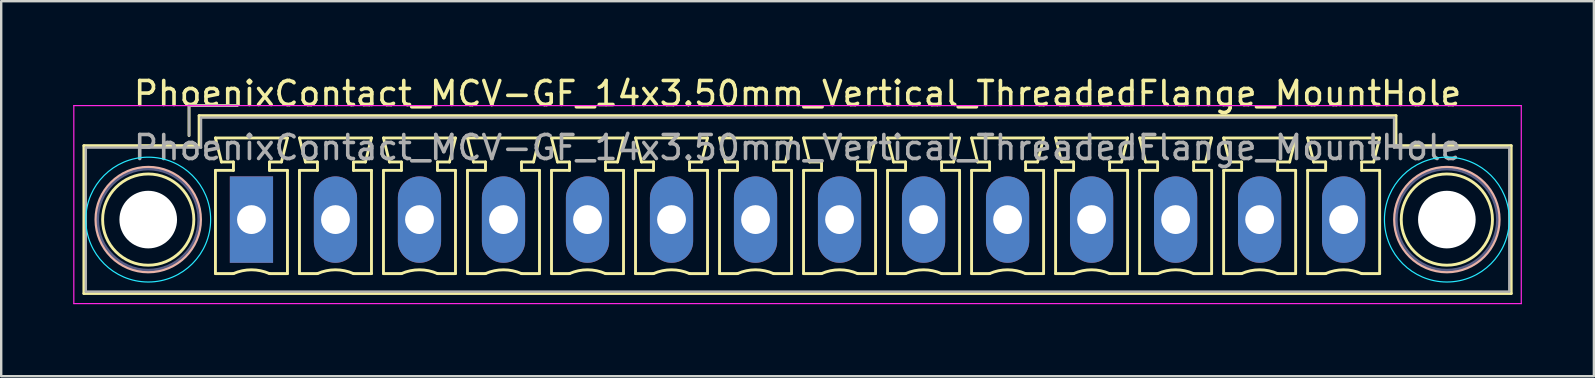
<source format=kicad_pcb>
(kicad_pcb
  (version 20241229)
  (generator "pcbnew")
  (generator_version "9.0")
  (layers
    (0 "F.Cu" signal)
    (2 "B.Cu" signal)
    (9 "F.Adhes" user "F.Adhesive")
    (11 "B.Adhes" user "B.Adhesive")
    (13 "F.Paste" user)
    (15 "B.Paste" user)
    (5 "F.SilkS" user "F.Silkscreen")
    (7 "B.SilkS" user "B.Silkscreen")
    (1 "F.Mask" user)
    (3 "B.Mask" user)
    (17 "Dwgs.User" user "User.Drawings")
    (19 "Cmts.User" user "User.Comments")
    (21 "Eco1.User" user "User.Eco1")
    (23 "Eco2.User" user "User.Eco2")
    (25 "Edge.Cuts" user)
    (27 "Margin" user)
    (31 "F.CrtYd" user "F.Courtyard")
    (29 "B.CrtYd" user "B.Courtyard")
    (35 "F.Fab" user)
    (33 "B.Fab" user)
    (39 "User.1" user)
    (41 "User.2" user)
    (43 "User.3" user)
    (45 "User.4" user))
  (footprint "PhoenixContact_MCV-GF_14x3.50mm_Vertical_ThreadedFlange_MountHole"
    (layer "F.Cu")
    (at 7.425 6.098)
    (property "Reference" "PhoenixContact_MCV-GF_14x3.50mm_Vertical_ThreadedFlange_MountHole" (at 22.75 -5.25 0) (layer "F.SilkS") (effects (font (size 1 1) (thickness 0.15))))
    (attr through_hole)
    (fp_line (start -6.98 -3.08) (end -6.98 3.08) (stroke (width 0.12) (type solid)) (layer "F.SilkS"))
    (fp_line (start -6.98 3.08) (end 52.48 3.08) (stroke (width 0.12) (type solid)) (layer "F.SilkS"))
    (fp_line (start -2.6 -4.75) (end -0.6 -4.75) (stroke (width 0.12) (type solid)) (layer "F.SilkS"))
    (fp_line (start -2.6 -3.5) (end -2.6 -4.75) (stroke (width 0.12) (type solid)) (layer "F.SilkS"))
    (fp_line (start -2.18 -4.33) (end -2.18 -3.08) (stroke (width 0.12) (type solid)) (layer "F.SilkS"))
    (fp_line (start -2.18 -3.08) (end -6.98 -3.08) (stroke (width 0.12) (type solid)) (layer "F.SilkS"))
    (fp_line (start -1.5 -3.4) (end 1.5 -3.4) (stroke (width 0.12) (type solid)) (layer "F.SilkS"))
    (fp_line (start -1.5 -2.05) (end -0.75 -2.05) (stroke (width 0.12) (type solid)) (layer "F.SilkS"))
    (fp_line (start -1.5 2.25) (end -1.5 -2.05) (stroke (width 0.12) (type solid)) (layer "F.SilkS"))
    (fp_line (start -1.25 -2.4) (end -1.5 -3.4) (stroke (width 0.12) (type solid)) (layer "F.SilkS"))
    (fp_line (start -0.75 -2.4) (end -1.25 -2.4) (stroke (width 0.12) (type solid)) (layer "F.SilkS"))
    (fp_line (start -0.75 -2.05) (end -0.75 -2.4) (stroke (width 0.12) (type solid)) (layer "F.SilkS"))
    (fp_line (start -0.75 2.25) (end -1.5 2.25) (stroke (width 0.12) (type solid)) (layer "F.SilkS"))
    (fp_line (start 0.75 -2.4) (end 0.75 -2.05) (stroke (width 0.12) (type solid)) (layer "F.SilkS"))
    (fp_line (start 0.75 -2.05) (end 1.5 -2.05) (stroke (width 0.12) (type solid)) (layer "F.SilkS"))
    (fp_line (start 1.25 -2.4) (end 0.75 -2.4) (stroke (width 0.12) (type solid)) (layer "F.SilkS"))
    (fp_line (start 1.5 -3.4) (end 1.25 -2.4) (stroke (width 0.12) (type solid)) (layer "F.SilkS"))
    (fp_line (start 1.5 -2.05) (end 1.5 2.25) (stroke (width 0.12) (type solid)) (layer "F.SilkS"))
    (fp_line (start 1.5 2.25) (end 0.75 2.25) (stroke (width 0.12) (type solid)) (layer "F.SilkS"))
    (fp_line (start 2 -3.4) (end 5 -3.4) (stroke (width 0.12) (type solid)) (layer "F.SilkS"))
    (fp_line (start 2 -2.05) (end 2.75 -2.05) (stroke (width 0.12) (type solid)) (layer "F.SilkS"))
    (fp_line (start 2 2.25) (end 2 -2.05) (stroke (width 0.12) (type solid)) (layer "F.SilkS"))
    (fp_line (start 2.25 -2.4) (end 2 -3.4) (stroke (width 0.12) (type solid)) (layer "F.SilkS"))
    (fp_line (start 2.75 -2.4) (end 2.25 -2.4) (stroke (width 0.12) (type solid)) (layer "F.SilkS"))
    (fp_line (start 2.75 -2.05) (end 2.75 -2.4) (stroke (width 0.12) (type solid)) (layer "F.SilkS"))
    (fp_line (start 2.75 2.25) (end 2 2.25) (stroke (width 0.12) (type solid)) (layer "F.SilkS"))
    (fp_line (start 4.25 -2.4) (end 4.25 -2.05) (stroke (width 0.12) (type solid)) (layer "F.SilkS"))
    (fp_line (start 4.25 -2.05) (end 5 -2.05) (stroke (width 0.12) (type solid)) (layer "F.SilkS"))
    (fp_line (start 4.75 -2.4) (end 4.25 -2.4) (stroke (width 0.12) (type solid)) (layer "F.SilkS"))
    (fp_line (start 5 -3.4) (end 4.75 -2.4) (stroke (width 0.12) (type solid)) (layer "F.SilkS"))
    (fp_line (start 5 -2.05) (end 5 2.25) (stroke (width 0.12) (type solid)) (layer "F.SilkS"))
    (fp_line (start 5 2.25) (end 4.25 2.25) (stroke (width 0.12) (type solid)) (layer "F.SilkS"))
    (fp_line (start 5.5 -3.4) (end 8.5 -3.4) (stroke (width 0.12) (type solid)) (layer "F.SilkS"))
    (fp_line (start 5.5 -2.05) (end 6.25 -2.05) (stroke (width 0.12) (type solid)) (layer "F.SilkS"))
    (fp_line (start 5.5 2.25) (end 5.5 -2.05) (stroke (width 0.12) (type solid)) (layer "F.SilkS"))
    (fp_line (start 5.75 -2.4) (end 5.5 -3.4) (stroke (width 0.12) (type solid)) (layer "F.SilkS"))
    (fp_line (start 6.25 -2.4) (end 5.75 -2.4) (stroke (width 0.12) (type solid)) (layer "F.SilkS"))
    (fp_line (start 6.25 -2.05) (end 6.25 -2.4) (stroke (width 0.12) (type solid)) (layer "F.SilkS"))
    (fp_line (start 6.25 2.25) (end 5.5 2.25) (stroke (width 0.12) (type solid)) (layer "F.SilkS"))
    (fp_line (start 7.75 -2.4) (end 7.75 -2.05) (stroke (width 0.12) (type solid)) (layer "F.SilkS"))
    (fp_line (start 7.75 -2.05) (end 8.5 -2.05) (stroke (width 0.12) (type solid)) (layer "F.SilkS"))
    (fp_line (start 8.25 -2.4) (end 7.75 -2.4) (stroke (width 0.12) (type solid)) (layer "F.SilkS"))
    (fp_line (start 8.5 -3.4) (end 8.25 -2.4) (stroke (width 0.12) (type solid)) (layer "F.SilkS"))
    (fp_line (start 8.5 -2.05) (end 8.5 2.25) (stroke (width 0.12) (type solid)) (layer "F.SilkS"))
    (fp_line (start 8.5 2.25) (end 7.75 2.25) (stroke (width 0.12) (type solid)) (layer "F.SilkS"))
    (fp_line (start 9 -3.4) (end 12 -3.4) (stroke (width 0.12) (type solid)) (layer "F.SilkS"))
    (fp_line (start 9 -2.05) (end 9.75 -2.05) (stroke (width 0.12) (type solid)) (layer "F.SilkS"))
    (fp_line (start 9 2.25) (end 9 -2.05) (stroke (width 0.12) (type solid)) (layer "F.SilkS"))
    (fp_line (start 9.25 -2.4) (end 9 -3.4) (stroke (width 0.12) (type solid)) (layer "F.SilkS"))
    (fp_line (start 9.75 -2.4) (end 9.25 -2.4) (stroke (width 0.12) (type solid)) (layer "F.SilkS"))
    (fp_line (start 9.75 -2.05) (end 9.75 -2.4) (stroke (width 0.12) (type solid)) (layer "F.SilkS"))
    (fp_line (start 9.75 2.25) (end 9 2.25) (stroke (width 0.12) (type solid)) (layer "F.SilkS"))
    (fp_line (start 11.25 -2.4) (end 11.25 -2.05) (stroke (width 0.12) (type solid)) (layer "F.SilkS"))
    (fp_line (start 11.25 -2.05) (end 12 -2.05) (stroke (width 0.12) (type solid)) (layer "F.SilkS"))
    (fp_line (start 11.75 -2.4) (end 11.25 -2.4) (stroke (width 0.12) (type solid)) (layer "F.SilkS"))
    (fp_line (start 12 -3.4) (end 11.75 -2.4) (stroke (width 0.12) (type solid)) (layer "F.SilkS"))
    (fp_line (start 12 -2.05) (end 12 2.25) (stroke (width 0.12) (type solid)) (layer "F.SilkS"))
    (fp_line (start 12 2.25) (end 11.25 2.25) (stroke (width 0.12) (type solid)) (layer "F.SilkS"))
    (fp_line (start 12.5 -3.4) (end 15.5 -3.4) (stroke (width 0.12) (type solid)) (layer "F.SilkS"))
    (fp_line (start 12.5 -2.05) (end 13.25 -2.05) (stroke (width 0.12) (type solid)) (layer "F.SilkS"))
    (fp_line (start 12.5 2.25) (end 12.5 -2.05) (stroke (width 0.12) (type solid)) (layer "F.SilkS"))
    (fp_line (start 12.75 -2.4) (end 12.5 -3.4) (stroke (width 0.12) (type solid)) (layer "F.SilkS"))
    (fp_line (start 13.25 -2.4) (end 12.75 -2.4) (stroke (width 0.12) (type solid)) (layer "F.SilkS"))
    (fp_line (start 13.25 -2.05) (end 13.25 -2.4) (stroke (width 0.12) (type solid)) (layer "F.SilkS"))
    (fp_line (start 13.25 2.25) (end 12.5 2.25) (stroke (width 0.12) (type solid)) (layer "F.SilkS"))
    (fp_line (start 14.75 -2.4) (end 14.75 -2.05) (stroke (width 0.12) (type solid)) (layer "F.SilkS"))
    (fp_line (start 14.75 -2.05) (end 15.5 -2.05) (stroke (width 0.12) (type solid)) (layer "F.SilkS"))
    (fp_line (start 15.25 -2.4) (end 14.75 -2.4) (stroke (width 0.12) (type solid)) (layer "F.SilkS"))
    (fp_line (start 15.5 -3.4) (end 15.25 -2.4) (stroke (width 0.12) (type solid)) (layer "F.SilkS"))
    (fp_line (start 15.5 -2.05) (end 15.5 2.25) (stroke (width 0.12) (type solid)) (layer "F.SilkS"))
    (fp_line (start 15.5 2.25) (end 14.75 2.25) (stroke (width 0.12) (type solid)) (layer "F.SilkS"))
    (fp_line (start 16 -3.4) (end 19 -3.4) (stroke (width 0.12) (type solid)) (layer "F.SilkS"))
    (fp_line (start 16 -2.05) (end 16.75 -2.05) (stroke (width 0.12) (type solid)) (layer "F.SilkS"))
    (fp_line (start 16 2.25) (end 16 -2.05) (stroke (width 0.12) (type solid)) (layer "F.SilkS"))
    (fp_line (start 16.25 -2.4) (end 16 -3.4) (stroke (width 0.12) (type solid)) (layer "F.SilkS"))
    (fp_line (start 16.75 -2.4) (end 16.25 -2.4) (stroke (width 0.12) (type solid)) (layer "F.SilkS"))
    (fp_line (start 16.75 -2.05) (end 16.75 -2.4) (stroke (width 0.12) (type solid)) (layer "F.SilkS"))
    (fp_line (start 16.75 2.25) (end 16 2.25) (stroke (width 0.12) (type solid)) (layer "F.SilkS"))
    (fp_line (start 18.25 -2.4) (end 18.25 -2.05) (stroke (width 0.12) (type solid)) (layer "F.SilkS"))
    (fp_line (start 18.25 -2.05) (end 19 -2.05) (stroke (width 0.12) (type solid)) (layer "F.SilkS"))
    (fp_line (start 18.75 -2.4) (end 18.25 -2.4) (stroke (width 0.12) (type solid)) (layer "F.SilkS"))
    (fp_line (start 19 -3.4) (end 18.75 -2.4) (stroke (width 0.12) (type solid)) (layer "F.SilkS"))
    (fp_line (start 19 -2.05) (end 19 2.25) (stroke (width 0.12) (type solid)) (layer "F.SilkS"))
    (fp_line (start 19 2.25) (end 18.25 2.25) (stroke (width 0.12) (type solid)) (layer "F.SilkS"))
    (fp_line (start 19.5 -3.4) (end 22.5 -3.4) (stroke (width 0.12) (type solid)) (layer "F.SilkS"))
    (fp_line (start 19.5 -2.05) (end 20.25 -2.05) (stroke (width 0.12) (type solid)) (layer "F.SilkS"))
    (fp_line (start 19.5 2.25) (end 19.5 -2.05) (stroke (width 0.12) (type solid)) (layer "F.SilkS"))
    (fp_line (start 19.75 -2.4) (end 19.5 -3.4) (stroke (width 0.12) (type solid)) (layer "F.SilkS"))
    (fp_line (start 20.25 -2.4) (end 19.75 -2.4) (stroke (width 0.12) (type solid)) (layer "F.SilkS"))
    (fp_line (start 20.25 -2.05) (end 20.25 -2.4) (stroke (width 0.12) (type solid)) (layer "F.SilkS"))
    (fp_line (start 20.25 2.25) (end 19.5 2.25) (stroke (width 0.12) (type solid)) (layer "F.SilkS"))
    (fp_line (start 21.75 -2.4) (end 21.75 -2.05) (stroke (width 0.12) (type solid)) (layer "F.SilkS"))
    (fp_line (start 21.75 -2.05) (end 22.5 -2.05) (stroke (width 0.12) (type solid)) (layer "F.SilkS"))
    (fp_line (start 22.25 -2.4) (end 21.75 -2.4) (stroke (width 0.12) (type solid)) (layer "F.SilkS"))
    (fp_line (start 22.5 -3.4) (end 22.25 -2.4) (stroke (width 0.12) (type solid)) (layer "F.SilkS"))
    (fp_line (start 22.5 -2.05) (end 22.5 2.25) (stroke (width 0.12) (type solid)) (layer "F.SilkS"))
    (fp_line (start 22.5 2.25) (end 21.75 2.25) (stroke (width 0.12) (type solid)) (layer "F.SilkS"))
    (fp_line (start 23 -3.4) (end 26 -3.4) (stroke (width 0.12) (type solid)) (layer "F.SilkS"))
    (fp_line (start 23 -2.05) (end 23.75 -2.05) (stroke (width 0.12) (type solid)) (layer "F.SilkS"))
    (fp_line (start 23 2.25) (end 23 -2.05) (stroke (width 0.12) (type solid)) (layer "F.SilkS"))
    (fp_line (start 23.25 -2.4) (end 23 -3.4) (stroke (width 0.12) (type solid)) (layer "F.SilkS"))
    (fp_line (start 23.75 -2.4) (end 23.25 -2.4) (stroke (width 0.12) (type solid)) (layer "F.SilkS"))
    (fp_line (start 23.75 -2.05) (end 23.75 -2.4) (stroke (width 0.12) (type solid)) (layer "F.SilkS"))
    (fp_line (start 23.75 2.25) (end 23 2.25) (stroke (width 0.12) (type solid)) (layer "F.SilkS"))
    (fp_line (start 25.25 -2.4) (end 25.25 -2.05) (stroke (width 0.12) (type solid)) (layer "F.SilkS"))
    (fp_line (start 25.25 -2.05) (end 26 -2.05) (stroke (width 0.12) (type solid)) (layer "F.SilkS"))
    (fp_line (start 25.75 -2.4) (end 25.25 -2.4) (stroke (width 0.12) (type solid)) (layer "F.SilkS"))
    (fp_line (start 26 -3.4) (end 25.75 -2.4) (stroke (width 0.12) (type solid)) (layer "F.SilkS"))
    (fp_line (start 26 -2.05) (end 26 2.25) (stroke (width 0.12) (type solid)) (layer "F.SilkS"))
    (fp_line (start 26 2.25) (end 25.25 2.25) (stroke (width 0.12) (type solid)) (layer "F.SilkS"))
    (fp_line (start 26.5 -3.4) (end 29.5 -3.4) (stroke (width 0.12) (type solid)) (layer "F.SilkS"))
    (fp_line (start 26.5 -2.05) (end 27.25 -2.05) (stroke (width 0.12) (type solid)) (layer "F.SilkS"))
    (fp_line (start 26.5 2.25) (end 26.5 -2.05) (stroke (width 0.12) (type solid)) (layer "F.SilkS"))
    (fp_line (start 26.75 -2.4) (end 26.5 -3.4) (stroke (width 0.12) (type solid)) (layer "F.SilkS"))
    (fp_line (start 27.25 -2.4) (end 26.75 -2.4) (stroke (width 0.12) (type solid)) (layer "F.SilkS"))
    (fp_line (start 27.25 -2.05) (end 27.25 -2.4) (stroke (width 0.12) (type solid)) (layer "F.SilkS"))
    (fp_line (start 27.25 2.25) (end 26.5 2.25) (stroke (width 0.12) (type solid)) (layer "F.SilkS"))
    (fp_line (start 28.75 -2.4) (end 28.75 -2.05) (stroke (width 0.12) (type solid)) (layer "F.SilkS"))
    (fp_line (start 28.75 -2.05) (end 29.5 -2.05) (stroke (width 0.12) (type solid)) (layer "F.SilkS"))
    (fp_line (start 29.25 -2.4) (end 28.75 -2.4) (stroke (width 0.12) (type solid)) (layer "F.SilkS"))
    (fp_line (start 29.5 -3.4) (end 29.25 -2.4) (stroke (width 0.12) (type solid)) (layer "F.SilkS"))
    (fp_line (start 29.5 -2.05) (end 29.5 2.25) (stroke (width 0.12) (type solid)) (layer "F.SilkS"))
    (fp_line (start 29.5 2.25) (end 28.75 2.25) (stroke (width 0.12) (type solid)) (layer "F.SilkS"))
    (fp_line (start 30 -3.4) (end 33 -3.4) (stroke (width 0.12) (type solid)) (layer "F.SilkS"))
    (fp_line (start 30 -2.05) (end 30.75 -2.05) (stroke (width 0.12) (type solid)) (layer "F.SilkS"))
    (fp_line (start 30 2.25) (end 30 -2.05) (stroke (width 0.12) (type solid)) (layer "F.SilkS"))
    (fp_line (start 30.25 -2.4) (end 30 -3.4) (stroke (width 0.12) (type solid)) (layer "F.SilkS"))
    (fp_line (start 30.75 -2.4) (end 30.25 -2.4) (stroke (width 0.12) (type solid)) (layer "F.SilkS"))
    (fp_line (start 30.75 -2.05) (end 30.75 -2.4) (stroke (width 0.12) (type solid)) (layer "F.SilkS"))
    (fp_line (start 30.75 2.25) (end 30 2.25) (stroke (width 0.12) (type solid)) (layer "F.SilkS"))
    (fp_line (start 32.25 -2.4) (end 32.25 -2.05) (stroke (width 0.12) (type solid)) (layer "F.SilkS"))
    (fp_line (start 32.25 -2.05) (end 33 -2.05) (stroke (width 0.12) (type solid)) (layer "F.SilkS"))
    (fp_line (start 32.75 -2.4) (end 32.25 -2.4) (stroke (width 0.12) (type solid)) (layer "F.SilkS"))
    (fp_line (start 33 -3.4) (end 32.75 -2.4) (stroke (width 0.12) (type solid)) (layer "F.SilkS"))
    (fp_line (start 33 -2.05) (end 33 2.25) (stroke (width 0.12) (type solid)) (layer "F.SilkS"))
    (fp_line (start 33 2.25) (end 32.25 2.25) (stroke (width 0.12) (type solid)) (layer "F.SilkS"))
    (fp_line (start 33.5 -3.4) (end 36.5 -3.4) (stroke (width 0.12) (type solid)) (layer "F.SilkS"))
    (fp_line (start 33.5 -2.05) (end 34.25 -2.05) (stroke (width 0.12) (type solid)) (layer "F.SilkS"))
    (fp_line (start 33.5 2.25) (end 33.5 -2.05) (stroke (width 0.12) (type solid)) (layer "F.SilkS"))
    (fp_line (start 33.75 -2.4) (end 33.5 -3.4) (stroke (width 0.12) (type solid)) (layer "F.SilkS"))
    (fp_line (start 34.25 -2.4) (end 33.75 -2.4) (stroke (width 0.12) (type solid)) (layer "F.SilkS"))
    (fp_line (start 34.25 -2.05) (end 34.25 -2.4) (stroke (width 0.12) (type solid)) (layer "F.SilkS"))
    (fp_line (start 34.25 2.25) (end 33.5 2.25) (stroke (width 0.12) (type solid)) (layer "F.SilkS"))
    (fp_line (start 35.75 -2.4) (end 35.75 -2.05) (stroke (width 0.12) (type solid)) (layer "F.SilkS"))
    (fp_line (start 35.75 -2.05) (end 36.5 -2.05) (stroke (width 0.12) (type solid)) (layer "F.SilkS"))
    (fp_line (start 36.25 -2.4) (end 35.75 -2.4) (stroke (width 0.12) (type solid)) (layer "F.SilkS"))
    (fp_line (start 36.5 -3.4) (end 36.25 -2.4) (stroke (width 0.12) (type solid)) (layer "F.SilkS"))
    (fp_line (start 36.5 -2.05) (end 36.5 2.25) (stroke (width 0.12) (type solid)) (layer "F.SilkS"))
    (fp_line (start 36.5 2.25) (end 35.75 2.25) (stroke (width 0.12) (type solid)) (layer "F.SilkS"))
    (fp_line (start 37 -3.4) (end 40 -3.4) (stroke (width 0.12) (type solid)) (layer "F.SilkS"))
    (fp_line (start 37 -2.05) (end 37.75 -2.05) (stroke (width 0.12) (type solid)) (layer "F.SilkS"))
    (fp_line (start 37 2.25) (end 37 -2.05) (stroke (width 0.12) (type solid)) (layer "F.SilkS"))
    (fp_line (start 37.25 -2.4) (end 37 -3.4) (stroke (width 0.12) (type solid)) (layer "F.SilkS"))
    (fp_line (start 37.75 -2.4) (end 37.25 -2.4) (stroke (width 0.12) (type solid)) (layer "F.SilkS"))
    (fp_line (start 37.75 -2.05) (end 37.75 -2.4) (stroke (width 0.12) (type solid)) (layer "F.SilkS"))
    (fp_line (start 37.75 2.25) (end 37 2.25) (stroke (width 0.12) (type solid)) (layer "F.SilkS"))
    (fp_line (start 39.25 -2.4) (end 39.25 -2.05) (stroke (width 0.12) (type solid)) (layer "F.SilkS"))
    (fp_line (start 39.25 -2.05) (end 40 -2.05) (stroke (width 0.12) (type solid)) (layer "F.SilkS"))
    (fp_line (start 39.75 -2.4) (end 39.25 -2.4) (stroke (width 0.12) (type solid)) (layer "F.SilkS"))
    (fp_line (start 40 -3.4) (end 39.75 -2.4) (stroke (width 0.12) (type solid)) (layer "F.SilkS"))
    (fp_line (start 40 -2.05) (end 40 2.25) (stroke (width 0.12) (type solid)) (layer "F.SilkS"))
    (fp_line (start 40 2.25) (end 39.25 2.25) (stroke (width 0.12) (type solid)) (layer "F.SilkS"))
    (fp_line (start 40.5 -3.4) (end 43.5 -3.4) (stroke (width 0.12) (type solid)) (layer "F.SilkS"))
    (fp_line (start 40.5 -2.05) (end 41.25 -2.05) (stroke (width 0.12) (type solid)) (layer "F.SilkS"))
    (fp_line (start 40.5 2.25) (end 40.5 -2.05) (stroke (width 0.12) (type solid)) (layer "F.SilkS"))
    (fp_line (start 40.75 -2.4) (end 40.5 -3.4) (stroke (width 0.12) (type solid)) (layer "F.SilkS"))
    (fp_line (start 41.25 -2.4) (end 40.75 -2.4) (stroke (width 0.12) (type solid)) (layer "F.SilkS"))
    (fp_line (start 41.25 -2.05) (end 41.25 -2.4) (stroke (width 0.12) (type solid)) (layer "F.SilkS"))
    (fp_line (start 41.25 2.25) (end 40.5 2.25) (stroke (width 0.12) (type solid)) (layer "F.SilkS"))
    (fp_line (start 42.75 -2.4) (end 42.75 -2.05) (stroke (width 0.12) (type solid)) (layer "F.SilkS"))
    (fp_line (start 42.75 -2.05) (end 43.5 -2.05) (stroke (width 0.12) (type solid)) (layer "F.SilkS"))
    (fp_line (start 43.25 -2.4) (end 42.75 -2.4) (stroke (width 0.12) (type solid)) (layer "F.SilkS"))
    (fp_line (start 43.5 -3.4) (end 43.25 -2.4) (stroke (width 0.12) (type solid)) (layer "F.SilkS"))
    (fp_line (start 43.5 -2.05) (end 43.5 2.25) (stroke (width 0.12) (type solid)) (layer "F.SilkS"))
    (fp_line (start 43.5 2.25) (end 42.75 2.25) (stroke (width 0.12) (type solid)) (layer "F.SilkS"))
    (fp_line (start 44 -3.4) (end 47 -3.4) (stroke (width 0.12) (type solid)) (layer "F.SilkS"))
    (fp_line (start 44 -2.05) (end 44.75 -2.05) (stroke (width 0.12) (type solid)) (layer "F.SilkS"))
    (fp_line (start 44 2.25) (end 44 -2.05) (stroke (width 0.12) (type solid)) (layer "F.SilkS"))
    (fp_line (start 44.25 -2.4) (end 44 -3.4) (stroke (width 0.12) (type solid)) (layer "F.SilkS"))
    (fp_line (start 44.75 -2.4) (end 44.25 -2.4) (stroke (width 0.12) (type solid)) (layer "F.SilkS"))
    (fp_line (start 44.75 -2.05) (end 44.75 -2.4) (stroke (width 0.12) (type solid)) (layer "F.SilkS"))
    (fp_line (start 44.75 2.25) (end 44 2.25) (stroke (width 0.12) (type solid)) (layer "F.SilkS"))
    (fp_line (start 46.25 -2.4) (end 46.25 -2.05) (stroke (width 0.12) (type solid)) (layer "F.SilkS"))
    (fp_line (start 46.25 -2.05) (end 47 -2.05) (stroke (width 0.12) (type solid)) (layer "F.SilkS"))
    (fp_line (start 46.75 -2.4) (end 46.25 -2.4) (stroke (width 0.12) (type solid)) (layer "F.SilkS"))
    (fp_line (start 47 -3.4) (end 46.75 -2.4) (stroke (width 0.12) (type solid)) (layer "F.SilkS"))
    (fp_line (start 47 -2.05) (end 47 2.25) (stroke (width 0.12) (type solid)) (layer "F.SilkS"))
    (fp_line (start 47 2.25) (end 46.25 2.25) (stroke (width 0.12) (type solid)) (layer "F.SilkS"))
    (fp_line (start 47.68 -4.33) (end -2.18 -4.33) (stroke (width 0.12) (type solid)) (layer "F.SilkS"))
    (fp_line (start 47.68 -3.08) (end 47.68 -4.33) (stroke (width 0.12) (type solid)) (layer "F.SilkS"))
    (fp_line (start 52.48 -3.08) (end 47.68 -3.08) (stroke (width 0.12) (type solid)) (layer "F.SilkS"))
    (fp_line (start 52.48 3.08) (end 52.48 -3.08) (stroke (width 0.12) (type solid)) (layer "F.SilkS"))
    (fp_arc (start -0.75 2.25) (mid -0.000193 2.09191) (end 0.749647 2.249844) (stroke (width 0.12) (type solid)) (layer "F.SilkS"))
    (fp_arc (start 2.75 2.25) (mid 3.499807 2.09191) (end 4.249647 2.249844) (stroke (width 0.12) (type solid)) (layer "F.SilkS"))
    (fp_arc (start 6.25 2.25) (mid 6.999807 2.09191) (end 7.749647 2.249844) (stroke (width 0.12) (type solid)) (layer "F.SilkS"))
    (fp_arc (start 9.75 2.25) (mid 10.499807 2.09191) (end 11.249647 2.249844) (stroke (width 0.12) (type solid)) (layer "F.SilkS"))
    (fp_arc (start 13.25 2.25) (mid 13.999807 2.09191) (end 14.749647 2.249844) (stroke (width 0.12) (type solid)) (layer "F.SilkS"))
    (fp_arc (start 16.75 2.25) (mid 17.499807 2.09191) (end 18.249647 2.249844) (stroke (width 0.12) (type solid)) (layer "F.SilkS"))
    (fp_arc (start 20.25 2.25) (mid 20.999807 2.09191) (end 21.749647 2.249844) (stroke (width 0.12) (type solid)) (layer "F.SilkS"))
    (fp_arc (start 23.75 2.25) (mid 24.499807 2.09191) (end 25.249647 2.249844) (stroke (width 0.12) (type solid)) (layer "F.SilkS"))
    (fp_arc (start 27.25 2.25) (mid 27.999807 2.09191) (end 28.749647 2.249844) (stroke (width 0.12) (type solid)) (layer "F.SilkS"))
    (fp_arc (start 30.75 2.25) (mid 31.499807 2.09191) (end 32.249647 2.249844) (stroke (width 0.12) (type solid)) (layer "F.SilkS"))
    (fp_arc (start 34.25 2.25) (mid 34.999807 2.09191) (end 35.749647 2.249844) (stroke (width 0.12) (type solid)) (layer "F.SilkS"))
    (fp_arc (start 37.75 2.25) (mid 38.499807 2.09191) (end 39.249647 2.249844) (stroke (width 0.12) (type solid)) (layer "F.SilkS"))
    (fp_arc (start 41.25 2.25) (mid 41.999807 2.09191) (end 42.749647 2.249844) (stroke (width 0.12) (type solid)) (layer "F.SilkS"))
    (fp_arc (start 44.75 2.25) (mid 45.499807 2.09191) (end 46.249647 2.249844) (stroke (width 0.12) (type solid)) (layer "F.SilkS"))
    (fp_circle (center -4.3 0) (end -2.4 0) (stroke (width 0.12) (type solid)) (fill no) (layer "F.SilkS"))
    (fp_circle (center 49.8 0) (end 51.7 0) (stroke (width 0.12) (type solid)) (fill no) (layer "F.SilkS"))
    (fp_circle (center -4.3 0) (end -2.12 0) (stroke (width 0.12) (type solid)) (fill no) (layer "B.SilkS"))
    (fp_circle (center 49.8 0) (end 51.98 0) (stroke (width 0.12) (type solid)) (fill no) (layer "B.SilkS"))
    (fp_circle (center -4.3 0) (end -1.7 0) (stroke (width 0.05) (type solid)) (fill no) (layer "B.CrtYd"))
    (fp_circle (center 49.8 0) (end 52.4 0) (stroke (width 0.05) (type solid)) (fill no) (layer "B.CrtYd"))
    (fp_line (start -7.4 -4.75) (end -7.4 3.5) (stroke (width 0.05) (type solid)) (layer "F.CrtYd"))
    (fp_line (start -7.4 3.5) (end 52.9 3.5) (stroke (width 0.05) (type solid)) (layer "F.CrtYd"))
    (fp_line (start 52.9 -4.75) (end -7.4 -4.75) (stroke (width 0.05) (type solid)) (layer "F.CrtYd"))
    (fp_line (start 52.9 3.5) (end 52.9 -4.75) (stroke (width 0.05) (type solid)) (layer "F.CrtYd"))
    (fp_circle (center -4.3 0) (end -2.2 0) (stroke (width 0.1) (type solid)) (fill no) (layer "B.Fab"))
    (fp_circle (center 49.8 0) (end 51.9 0) (stroke (width 0.1) (type solid)) (fill no) (layer "B.Fab"))
    (fp_line (start -6.9 -3) (end -6.9 3) (stroke (width 0.1) (type solid)) (layer "F.Fab"))
    (fp_line (start -6.9 3) (end 52.4 3) (stroke (width 0.1) (type solid)) (layer "F.Fab"))
    (fp_line (start -2.6 -4.75) (end -0.6 -4.75) (stroke (width 0.1) (type solid)) (layer "F.Fab"))
    (fp_line (start -2.6 -3.5) (end -2.6 -4.75) (stroke (width 0.1) (type solid)) (layer "F.Fab"))
    (fp_line (start -2.1 -4.25) (end -2.1 -3) (stroke (width 0.1) (type solid)) (layer "F.Fab"))
    (fp_line (start -2.1 -3) (end -6.9 -3) (stroke (width 0.1) (type solid)) (layer "F.Fab"))
    (fp_line (start 47.6 -4.25) (end -2.1 -4.25) (stroke (width 0.1) (type solid)) (layer "F.Fab"))
    (fp_line (start 47.6 -3) (end 47.6 -4.25) (stroke (width 0.1) (type solid)) (layer "F.Fab"))
    (fp_line (start 52.4 -3) (end 47.6 -3) (stroke (width 0.1) (type solid)) (layer "F.Fab"))
    (fp_line (start 52.4 3) (end 52.4 -3) (stroke (width 0.1) (type solid)) (layer "F.Fab"))
    (fp_text user "${REFERENCE}" (at 22.75 -3 0) (layer "F.Fab") (effects (font (size 1 1) (thickness 0.15))))
    (pad "" np_thru_hole circle (at -4.3 0) (size 2.4 2.4) (drill 2.4) (layers "*.Cu" "*.Mask"))
    (pad "" np_thru_hole circle (at 49.8 0) (size 2.4 2.4) (drill 2.4) (layers "*.Cu" "*.Mask"))
    (pad "1" thru_hole rect (at 0 0) (size 1.8 3.6) (drill 1.2) (layers "*.Cu" "*.Mask"))
    (pad "2" thru_hole oval (at 3.5 0) (size 1.8 3.6) (drill 1.2) (layers "*.Cu" "*.Mask"))
    (pad "3" thru_hole oval (at 7 0) (size 1.8 3.6) (drill 1.2) (layers "*.Cu" "*.Mask"))
    (pad "4" thru_hole oval (at 10.5 0) (size 1.8 3.6) (drill 1.2) (layers "*.Cu" "*.Mask"))
    (pad "5" thru_hole oval (at 14 0) (size 1.8 3.6) (drill 1.2) (layers "*.Cu" "*.Mask"))
    (pad "6" thru_hole oval (at 17.5 0) (size 1.8 3.6) (drill 1.2) (layers "*.Cu" "*.Mask"))
    (pad "7" thru_hole oval (at 21 0) (size 1.8 3.6) (drill 1.2) (layers "*.Cu" "*.Mask"))
    (pad "8" thru_hole oval (at 24.5 0) (size 1.8 3.6) (drill 1.2) (layers "*.Cu" "*.Mask"))
    (pad "9" thru_hole oval (at 28 0) (size 1.8 3.6) (drill 1.2) (layers "*.Cu" "*.Mask"))
    (pad "10" thru_hole oval (at 31.5 0) (size 1.8 3.6) (drill 1.2) (layers "*.Cu" "*.Mask"))
    (pad "11" thru_hole oval (at 35 0) (size 1.8 3.6) (drill 1.2) (layers "*.Cu" "*.Mask"))
    (pad "12" thru_hole oval (at 38.5 0) (size 1.8 3.6) (drill 1.2) (layers "*.Cu" "*.Mask"))
    (pad "13" thru_hole oval (at 42 0) (size 1.8 3.6) (drill 1.2) (layers "*.Cu" "*.Mask"))
    (pad "14" thru_hole oval (at 45.5 0) (size 1.8 3.6) (drill 1.2) (layers "*.Cu" "*.Mask")))
  (gr_rect
    (start -3 -3)
    (end 63.35 12.623)
    (stroke (width 0.1) (type default))
    (fill no)
    (layer "Edge.Cuts")))
</source>
